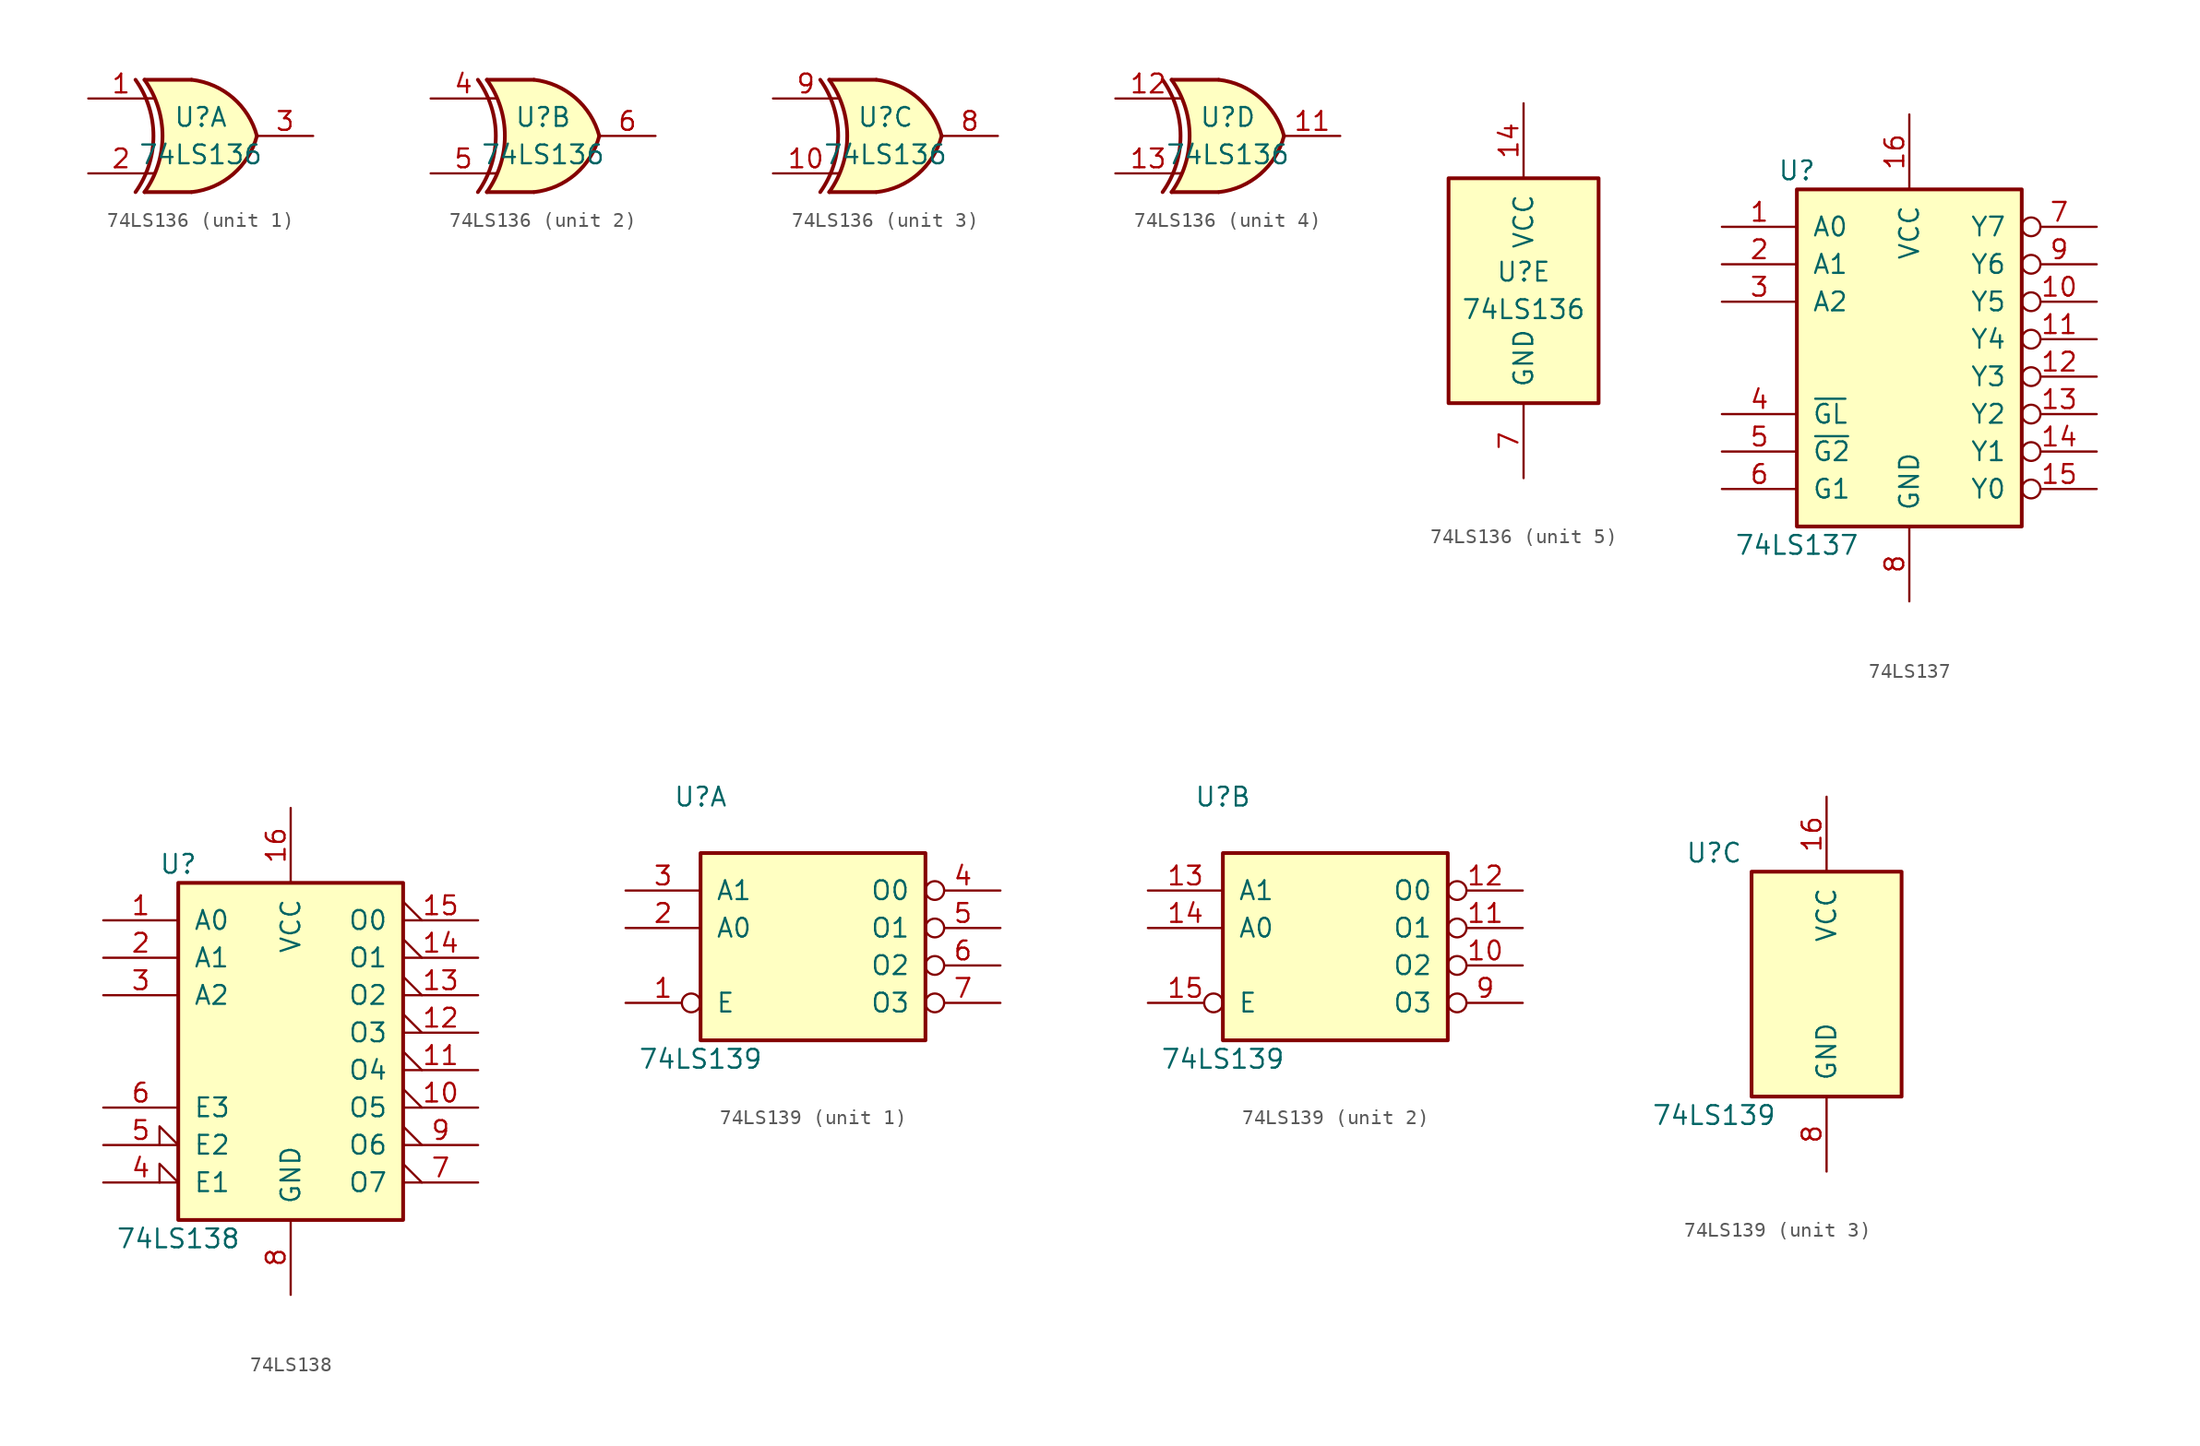
<source format=kicad_sym>
(kicad_symbol_lib
  (version 20201005)
  (generator kicad_symbol_editor)
  (symbol "74LS136"
    (pin_names
      (offset 1.016))
    (property "Reference" "U"
      (at 0 1.27 0)
      (effects (font (size 1.27 1.27))))
    (property "Value" "74LS136"
      (at 0 -1.27 0)
      (effects (font (size 1.27 1.27))))
    (property "ki_locked" ""
      (at 0 0 0)
      (effects (font (size 1.27 1.27))))
    (symbol "74LS136_1_0"
      (arc (start -4.4196 3.81) (end -4.4196 -3.81) (radius (at -9.779 0) (length 6.5532) (angles 35.4 -35.4)) (stroke (width 0.254)) (fill (type none)))
      (arc (start -3.81 3.81) (end -3.81 -3.81) (radius (at -9.144 0) (length 6.5532) (angles 35.4 -35.4)) (stroke (width 0.254)) (fill (type none)))
      (arc (start 3.81 0) (end -0.6096 3.81) (radius (at -1.1938 -1.3208) (length 5.1816) (angles 15 83.7)) (stroke (width 0.254)) (fill (type background)))
      (arc (start 3.81 0) (end -0.6096 -3.81) (radius (at -1.1938 1.3208) (length 5.1816) (angles -15 -83.7)) (stroke (width 0.254)) (fill (type background)))
      (polyline (pts (xy -3.81 -3.81) (xy -0.635 -3.81)) (stroke (width 0.254)) (fill (type background)))
      (polyline (pts (xy -3.81 3.81) (xy -0.635 3.81)) (stroke (width 0.254)) (fill (type background)))
      (polyline (pts (xy -0.635 3.81) (xy -3.81 3.81) (xy -3.81 3.81) (xy -3.556 3.404) (xy -3.023 2.261) (xy -2.692 1.041) (xy -2.616 -0.254) (xy -2.769 -1.499) (xy -3.175 -2.718) (xy -3.81 -3.81) (xy -3.81 -3.81) (xy -0.635 -3.81)) (stroke (width -25.4)) (fill (type background)))
      (pin input line (at -7.62 2.54 0) (length 4.445) (name "~" (effects (font (size 1.27 1.27)))) (number "1" (effects (font (size 1.27 1.27)))))
      (pin input line (at -7.62 -2.54 0) (length 4.445) (name "~" (effects (font (size 1.27 1.27)))) (number "2" (effects (font (size 1.27 1.27)))))
      (pin open_collector line (at 7.62 0 180) (length 3.81) (name "~" (effects (font (size 1.27 1.27)))) (number "3" (effects (font (size 1.27 1.27))))))
    (symbol "74LS136_1_1"
      (polyline (pts (xy -3.81 -2.54) (xy -3.175 -2.54)) (stroke (width 0.152)) (fill (type none)))
      (polyline (pts (xy -3.81 2.54) (xy -3.175 2.54)) (stroke (width 0.152)) (fill (type none))))
    (symbol "74LS136_2_0"
      (arc (start -4.4196 3.81) (end -4.4196 -3.81) (radius (at -9.779 0) (length 6.5532) (angles 35.4 -35.4)) (stroke (width 0.254)) (fill (type none)))
      (arc (start -3.81 3.81) (end -3.81 -3.81) (radius (at -9.144 0) (length 6.5532) (angles 35.4 -35.4)) (stroke (width 0.254)) (fill (type none)))
      (arc (start 3.81 0) (end -0.6096 3.81) (radius (at -1.1938 -1.3208) (length 5.1816) (angles 15 83.7)) (stroke (width 0.254)) (fill (type background)))
      (arc (start 3.81 0) (end -0.6096 -3.81) (radius (at -1.1938 1.3208) (length 5.1816) (angles -15 -83.7)) (stroke (width 0.254)) (fill (type background)))
      (polyline (pts (xy -3.81 -3.81) (xy -0.635 -3.81)) (stroke (width 0.254)) (fill (type background)))
      (polyline (pts (xy -3.81 3.81) (xy -0.635 3.81)) (stroke (width 0.254)) (fill (type background)))
      (polyline (pts (xy -0.635 3.81) (xy -3.81 3.81) (xy -3.81 3.81) (xy -3.556 3.404) (xy -3.023 2.261) (xy -2.692 1.041) (xy -2.616 -0.254) (xy -2.769 -1.499) (xy -3.175 -2.718) (xy -3.81 -3.81) (xy -3.81 -3.81) (xy -0.635 -3.81)) (stroke (width -25.4)) (fill (type background)))
      (pin input line (at -7.62 2.54 0) (length 4.445) (name "~" (effects (font (size 1.27 1.27)))) (number "4" (effects (font (size 1.27 1.27)))))
      (pin input line (at -7.62 -2.54 0) (length 4.445) (name "~" (effects (font (size 1.27 1.27)))) (number "5" (effects (font (size 1.27 1.27)))))
      (pin open_collector line (at 7.62 0 180) (length 3.81) (name "~" (effects (font (size 1.27 1.27)))) (number "6" (effects (font (size 1.27 1.27))))))
    (symbol "74LS136_2_1"
      (polyline (pts (xy -3.81 -2.54) (xy -3.175 -2.54)) (stroke (width 0.152)) (fill (type none)))
      (polyline (pts (xy -3.81 2.54) (xy -3.175 2.54)) (stroke (width 0.152)) (fill (type none))))
    (symbol "74LS136_3_0"
      (arc (start -4.4196 3.81) (end -4.4196 -3.81) (radius (at -9.779 0) (length 6.5532) (angles 35.4 -35.4)) (stroke (width 0.254)) (fill (type none)))
      (arc (start -3.81 3.81) (end -3.81 -3.81) (radius (at -9.144 0) (length 6.5532) (angles 35.4 -35.4)) (stroke (width 0.254)) (fill (type none)))
      (arc (start 3.81 0) (end -0.6096 3.81) (radius (at -1.1938 -1.3208) (length 5.1816) (angles 15 83.7)) (stroke (width 0.254)) (fill (type background)))
      (arc (start 3.81 0) (end -0.6096 -3.81) (radius (at -1.1938 1.3208) (length 5.1816) (angles -15 -83.7)) (stroke (width 0.254)) (fill (type background)))
      (polyline (pts (xy -3.81 -3.81) (xy -0.635 -3.81)) (stroke (width 0.254)) (fill (type background)))
      (polyline (pts (xy -3.81 3.81) (xy -0.635 3.81)) (stroke (width 0.254)) (fill (type background)))
      (polyline (pts (xy -0.635 3.81) (xy -3.81 3.81) (xy -3.81 3.81) (xy -3.556 3.404) (xy -3.023 2.261) (xy -2.692 1.041) (xy -2.616 -0.254) (xy -2.769 -1.499) (xy -3.175 -2.718) (xy -3.81 -3.81) (xy -3.81 -3.81) (xy -0.635 -3.81)) (stroke (width -25.4)) (fill (type background)))
      (pin input line (at -7.62 -2.54 0) (length 4.445) (name "~" (effects (font (size 1.27 1.27)))) (number "10" (effects (font (size 1.27 1.27)))))
      (pin open_collector line (at 7.62 0 180) (length 3.81) (name "~" (effects (font (size 1.27 1.27)))) (number "8" (effects (font (size 1.27 1.27)))))
      (pin input line (at -7.62 2.54 0) (length 4.445) (name "~" (effects (font (size 1.27 1.27)))) (number "9" (effects (font (size 1.27 1.27))))))
    (symbol "74LS136_3_1"
      (polyline (pts (xy -3.81 -2.54) (xy -3.175 -2.54)) (stroke (width 0.152)) (fill (type none)))
      (polyline (pts (xy -3.81 2.54) (xy -3.175 2.54)) (stroke (width 0.152)) (fill (type none))))
    (symbol "74LS136_4_0"
      (arc (start -4.4196 3.81) (end -4.4196 -3.81) (radius (at -9.779 0) (length 6.5532) (angles 35.4 -35.4)) (stroke (width 0.254)) (fill (type none)))
      (arc (start -3.81 3.81) (end -3.81 -3.81) (radius (at -9.144 0) (length 6.5532) (angles 35.4 -35.4)) (stroke (width 0.254)) (fill (type none)))
      (arc (start 3.81 0) (end -0.6096 3.81) (radius (at -1.1938 -1.3208) (length 5.1816) (angles 15 83.7)) (stroke (width 0.254)) (fill (type background)))
      (arc (start 3.81 0) (end -0.6096 -3.81) (radius (at -1.1938 1.3208) (length 5.1816) (angles -15 -83.7)) (stroke (width 0.254)) (fill (type background)))
      (polyline (pts (xy -3.81 -3.81) (xy -0.635 -3.81)) (stroke (width 0.254)) (fill (type background)))
      (polyline (pts (xy -3.81 3.81) (xy -0.635 3.81)) (stroke (width 0.254)) (fill (type background)))
      (polyline (pts (xy -0.635 3.81) (xy -3.81 3.81) (xy -3.81 3.81) (xy -3.556 3.404) (xy -3.023 2.261) (xy -2.692 1.041) (xy -2.616 -0.254) (xy -2.769 -1.499) (xy -3.175 -2.718) (xy -3.81 -3.81) (xy -3.81 -3.81) (xy -0.635 -3.81)) (stroke (width -25.4)) (fill (type background)))
      (pin open_collector line (at 7.62 0 180) (length 3.81) (name "~" (effects (font (size 1.27 1.27)))) (number "11" (effects (font (size 1.27 1.27)))))
      (pin input line (at -7.62 2.54 0) (length 4.445) (name "~" (effects (font (size 1.27 1.27)))) (number "12" (effects (font (size 1.27 1.27)))))
      (pin input line (at -7.62 -2.54 0) (length 4.445) (name "~" (effects (font (size 1.27 1.27)))) (number "13" (effects (font (size 1.27 1.27))))))
    (symbol "74LS136_4_1"
      (polyline (pts (xy -3.81 -2.54) (xy -3.175 -2.54)) (stroke (width 0.152)) (fill (type none)))
      (polyline (pts (xy -3.81 2.54) (xy -3.175 2.54)) (stroke (width 0.152)) (fill (type none))))
    (symbol "74LS136_5_0"
      (pin power_in line (at 0 12.7 270) (length 5.08) (name "VCC" (effects (font (size 1.27 1.27)))) (number "14" (effects (font (size 1.27 1.27)))))
      (pin power_in line (at 0 -12.7 90) (length 5.08) (name "GND" (effects (font (size 1.27 1.27)))) (number "7" (effects (font (size 1.27 1.27))))))
    (symbol "74LS136_5_1"
      (rectangle (start -5.08 7.62) (end 5.08 -7.62) (stroke (width 0.254)) (fill (type background)))))
  (symbol "74LS137"
    (pin_names
      (offset 1.016))
    (property "Reference" "U"
      (at -7.62 11.43 0)
      (effects (font (size 1.27 1.27))))
    (property "Value" "74LS137"
      (at -7.62 -13.97 0)
      (effects (font (size 1.27 1.27))))
    (property "ki_locked" ""
      (at 0 0 0)
      (effects (font (size 1.27 1.27))))
    (symbol "74LS137_1_0"
      (pin input line (at -12.7 7.62 0) (length 5.08) (name "A0" (effects (font (size 1.27 1.27)))) (number "1" (effects (font (size 1.27 1.27)))))
      (pin output inverted (at 12.7 2.54 180) (length 5.08) (name "Y5" (effects (font (size 1.27 1.27)))) (number "10" (effects (font (size 1.27 1.27)))))
      (pin output inverted (at 12.7 0 180) (length 5.08) (name "Y4" (effects (font (size 1.27 1.27)))) (number "11" (effects (font (size 1.27 1.27)))))
      (pin output inverted (at 12.7 -2.54 180) (length 5.08) (name "Y3" (effects (font (size 1.27 1.27)))) (number "12" (effects (font (size 1.27 1.27)))))
      (pin output inverted (at 12.7 -5.08 180) (length 5.08) (name "Y2" (effects (font (size 1.27 1.27)))) (number "13" (effects (font (size 1.27 1.27)))))
      (pin output inverted (at 12.7 -7.62 180) (length 5.08) (name "Y1" (effects (font (size 1.27 1.27)))) (number "14" (effects (font (size 1.27 1.27)))))
      (pin output inverted (at 12.7 -10.16 180) (length 5.08) (name "Y0" (effects (font (size 1.27 1.27)))) (number "15" (effects (font (size 1.27 1.27)))))
      (pin power_in line (at 0 15.24 270) (length 5.08) (name "VCC" (effects (font (size 1.27 1.27)))) (number "16" (effects (font (size 1.27 1.27)))))
      (pin input line (at -12.7 5.08 0) (length 5.08) (name "A1" (effects (font (size 1.27 1.27)))) (number "2" (effects (font (size 1.27 1.27)))))
      (pin input line (at -12.7 2.54 0) (length 5.08) (name "A2" (effects (font (size 1.27 1.27)))) (number "3" (effects (font (size 1.27 1.27)))))
      (pin input line (at -12.7 -5.08 0) (length 5.08) (name "~GL" (effects (font (size 1.27 1.27)))) (number "4" (effects (font (size 1.27 1.27)))))
      (pin input line (at -12.7 -7.62 0) (length 5.08) (name "~G2" (effects (font (size 1.27 1.27)))) (number "5" (effects (font (size 1.27 1.27)))))
      (pin input line (at -12.7 -10.16 0) (length 5.08) (name "G1" (effects (font (size 1.27 1.27)))) (number "6" (effects (font (size 1.27 1.27)))))
      (pin output inverted (at 12.7 7.62 180) (length 5.08) (name "Y7" (effects (font (size 1.27 1.27)))) (number "7" (effects (font (size 1.27 1.27)))))
      (pin power_in line (at 0 -17.78 90) (length 5.08) (name "GND" (effects (font (size 1.27 1.27)))) (number "8" (effects (font (size 1.27 1.27)))))
      (pin output inverted (at 12.7 5.08 180) (length 5.08) (name "Y6" (effects (font (size 1.27 1.27)))) (number "9" (effects (font (size 1.27 1.27))))))
    (symbol "74LS137_1_1"
      (rectangle (start -7.62 10.16) (end 7.62 -12.7) (stroke (width 0.254)) (fill (type background)))))
  (symbol "74LS138"
    (pin_names
      (offset 1.016))
    (property "Reference" "U"
      (at -7.62 11.43 0)
      (effects (font (size 1.27 1.27))))
    (property "Value" "74LS138"
      (at -7.62 -13.97 0)
      (effects (font (size 1.27 1.27))))
    (property "ki_locked" ""
      (at 0 0 0)
      (effects (font (size 1.27 1.27))))
    (symbol "74LS138_1_0"
      (pin input line (at -12.7 7.62 0) (length 5.08) (name "A0" (effects (font (size 1.27 1.27)))) (number "1" (effects (font (size 1.27 1.27)))))
      (pin output output_low (at 12.7 -5.08 180) (length 5.08) (name "O5" (effects (font (size 1.27 1.27)))) (number "10" (effects (font (size 1.27 1.27)))))
      (pin output output_low (at 12.7 -2.54 180) (length 5.08) (name "O4" (effects (font (size 1.27 1.27)))) (number "11" (effects (font (size 1.27 1.27)))))
      (pin output output_low (at 12.7 0 180) (length 5.08) (name "O3" (effects (font (size 1.27 1.27)))) (number "12" (effects (font (size 1.27 1.27)))))
      (pin output output_low (at 12.7 2.54 180) (length 5.08) (name "O2" (effects (font (size 1.27 1.27)))) (number "13" (effects (font (size 1.27 1.27)))))
      (pin output output_low (at 12.7 5.08 180) (length 5.08) (name "O1" (effects (font (size 1.27 1.27)))) (number "14" (effects (font (size 1.27 1.27)))))
      (pin output output_low (at 12.7 7.62 180) (length 5.08) (name "O0" (effects (font (size 1.27 1.27)))) (number "15" (effects (font (size 1.27 1.27)))))
      (pin power_in line (at 0 15.24 270) (length 5.08) (name "VCC" (effects (font (size 1.27 1.27)))) (number "16" (effects (font (size 1.27 1.27)))))
      (pin input line (at -12.7 5.08 0) (length 5.08) (name "A1" (effects (font (size 1.27 1.27)))) (number "2" (effects (font (size 1.27 1.27)))))
      (pin input line (at -12.7 2.54 0) (length 5.08) (name "A2" (effects (font (size 1.27 1.27)))) (number "3" (effects (font (size 1.27 1.27)))))
      (pin input input_low (at -12.7 -10.16 0) (length 5.08) (name "E1" (effects (font (size 1.27 1.27)))) (number "4" (effects (font (size 1.27 1.27)))))
      (pin input input_low (at -12.7 -7.62 0) (length 5.08) (name "E2" (effects (font (size 1.27 1.27)))) (number "5" (effects (font (size 1.27 1.27)))))
      (pin input line (at -12.7 -5.08 0) (length 5.08) (name "E3" (effects (font (size 1.27 1.27)))) (number "6" (effects (font (size 1.27 1.27)))))
      (pin output output_low (at 12.7 -10.16 180) (length 5.08) (name "O7" (effects (font (size 1.27 1.27)))) (number "7" (effects (font (size 1.27 1.27)))))
      (pin power_in line (at 0 -17.78 90) (length 5.08) (name "GND" (effects (font (size 1.27 1.27)))) (number "8" (effects (font (size 1.27 1.27)))))
      (pin output output_low (at 12.7 -7.62 180) (length 5.08) (name "O6" (effects (font (size 1.27 1.27)))) (number "9" (effects (font (size 1.27 1.27))))))
    (symbol "74LS138_1_1"
      (rectangle (start -7.62 10.16) (end 7.62 -12.7) (stroke (width 0.254)) (fill (type background)))))
  (symbol "74LS139"
    (pin_names
      (offset 1.016))
    (property "Reference" "U"
      (at -7.62 8.89 0)
      (effects (font (size 1.27 1.27))))
    (property "Value" "74LS139"
      (at -7.62 -8.89 0)
      (effects (font (size 1.27 1.27))))
    (property "ki_locked" ""
      (at 0 0 0)
      (effects (font (size 1.27 1.27))))
    (symbol "74LS139_1_0"
      (pin input inverted (at -12.7 -5.08 0) (length 5.08) (name "E" (effects (font (size 1.27 1.27)))) (number "1" (effects (font (size 1.27 1.27)))))
      (pin input line (at -12.7 0 0) (length 5.08) (name "A0" (effects (font (size 1.27 1.27)))) (number "2" (effects (font (size 1.27 1.27)))))
      (pin input line (at -12.7 2.54 0) (length 5.08) (name "A1" (effects (font (size 1.27 1.27)))) (number "3" (effects (font (size 1.27 1.27)))))
      (pin output inverted (at 12.7 2.54 180) (length 5.08) (name "O0" (effects (font (size 1.27 1.27)))) (number "4" (effects (font (size 1.27 1.27)))))
      (pin output inverted (at 12.7 0 180) (length 5.08) (name "O1" (effects (font (size 1.27 1.27)))) (number "5" (effects (font (size 1.27 1.27)))))
      (pin output inverted (at 12.7 -2.54 180) (length 5.08) (name "O2" (effects (font (size 1.27 1.27)))) (number "6" (effects (font (size 1.27 1.27)))))
      (pin output inverted (at 12.7 -5.08 180) (length 5.08) (name "O3" (effects (font (size 1.27 1.27)))) (number "7" (effects (font (size 1.27 1.27))))))
    (symbol "74LS139_1_1"
      (rectangle (start -7.62 5.08) (end 7.62 -7.62) (stroke (width 0.254)) (fill (type background))))
    (symbol "74LS139_2_0"
      (pin output inverted (at 12.7 -2.54 180) (length 5.08) (name "O2" (effects (font (size 1.27 1.27)))) (number "10" (effects (font (size 1.27 1.27)))))
      (pin output inverted (at 12.7 0 180) (length 5.08) (name "O1" (effects (font (size 1.27 1.27)))) (number "11" (effects (font (size 1.27 1.27)))))
      (pin output inverted (at 12.7 2.54 180) (length 5.08) (name "O0" (effects (font (size 1.27 1.27)))) (number "12" (effects (font (size 1.27 1.27)))))
      (pin input line (at -12.7 2.54 0) (length 5.08) (name "A1" (effects (font (size 1.27 1.27)))) (number "13" (effects (font (size 1.27 1.27)))))
      (pin input line (at -12.7 0 0) (length 5.08) (name "A0" (effects (font (size 1.27 1.27)))) (number "14" (effects (font (size 1.27 1.27)))))
      (pin input inverted (at -12.7 -5.08 0) (length 5.08) (name "E" (effects (font (size 1.27 1.27)))) (number "15" (effects (font (size 1.27 1.27)))))
      (pin output inverted (at 12.7 -5.08 180) (length 5.08) (name "O3" (effects (font (size 1.27 1.27)))) (number "9" (effects (font (size 1.27 1.27))))))
    (symbol "74LS139_2_1"
      (rectangle (start -7.62 5.08) (end 7.62 -7.62) (stroke (width 0.254)) (fill (type background))))
    (symbol "74LS139_3_0"
      (pin power_in line (at 0 12.7 270) (length 5.08) (name "VCC" (effects (font (size 1.27 1.27)))) (number "16" (effects (font (size 1.27 1.27)))))
      (pin power_in line (at 0 -12.7 90) (length 5.08) (name "GND" (effects (font (size 1.27 1.27)))) (number "8" (effects (font (size 1.27 1.27))))))
    (symbol "74LS139_3_1"
      (rectangle (start -5.08 7.62) (end 5.08 -7.62) (stroke (width 0.254)) (fill (type background))))))
</source>
